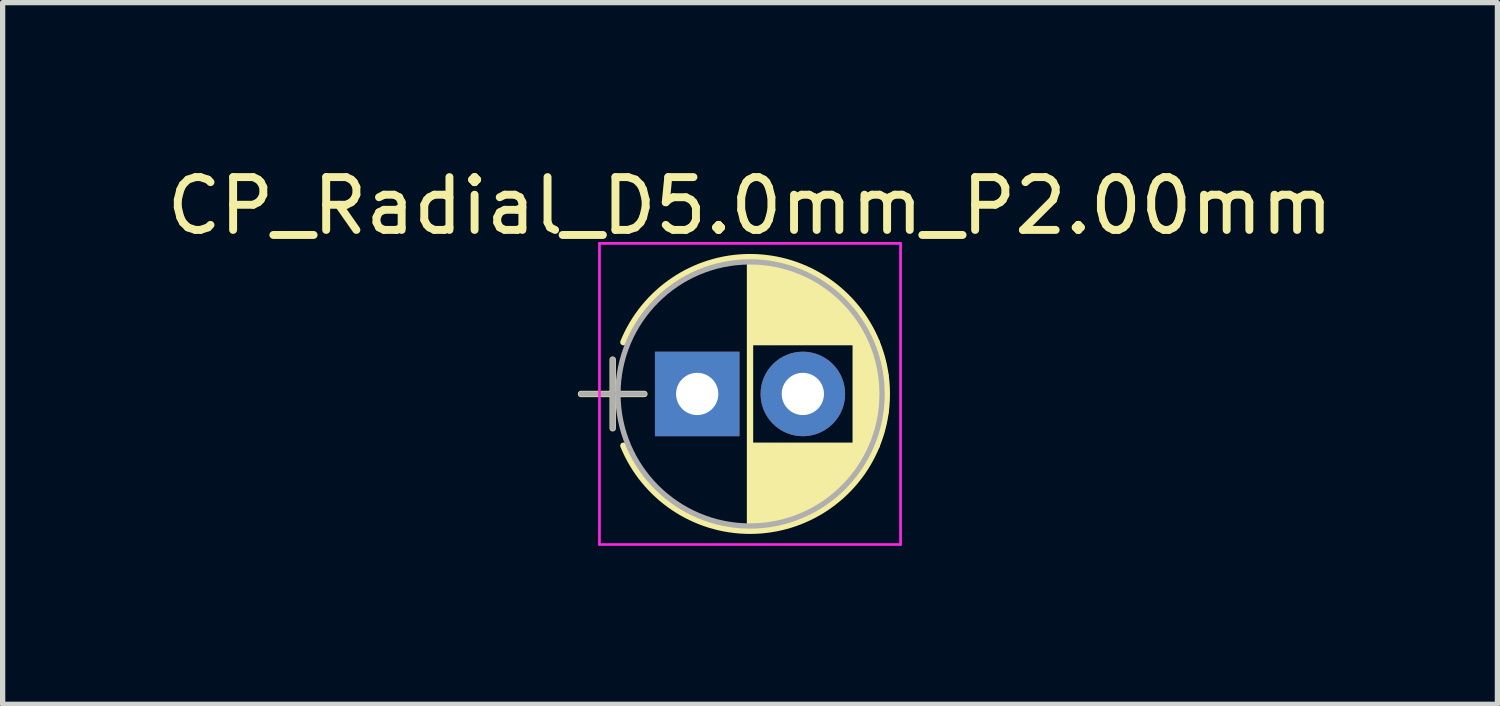
<source format=kicad_pcb>
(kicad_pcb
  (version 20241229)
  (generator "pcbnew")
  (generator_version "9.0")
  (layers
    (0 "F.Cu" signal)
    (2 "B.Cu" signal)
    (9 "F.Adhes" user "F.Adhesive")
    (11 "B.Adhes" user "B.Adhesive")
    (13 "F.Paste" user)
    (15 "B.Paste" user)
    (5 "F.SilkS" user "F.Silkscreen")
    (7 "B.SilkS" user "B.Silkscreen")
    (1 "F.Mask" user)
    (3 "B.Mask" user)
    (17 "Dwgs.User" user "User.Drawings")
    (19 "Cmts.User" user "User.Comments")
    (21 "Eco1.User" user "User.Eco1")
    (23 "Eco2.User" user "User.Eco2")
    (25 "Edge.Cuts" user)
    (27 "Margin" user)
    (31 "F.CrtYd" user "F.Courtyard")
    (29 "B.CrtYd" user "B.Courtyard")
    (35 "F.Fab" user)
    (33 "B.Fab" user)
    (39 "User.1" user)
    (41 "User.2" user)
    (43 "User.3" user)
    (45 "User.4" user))
  (footprint "CP_Radial_D5.0mm_P2.00mm"
    (layer "F.Cu")
    (at 10.149 4.408)
    (property "Reference" "CP_Radial_D5.0mm_P2.00mm" (at 1 -3.56 0) (layer "F.SilkS") (effects (font (size 1 1) (thickness 0.15))))
    (attr through_hole)
    (fp_line (start -2.2 0) (end -1 0) (stroke (width 0.12) (type solid)) (layer "F.SilkS"))
    (fp_line (start -1.6 -0.65) (end -1.6 0.65) (stroke (width 0.12) (type solid)) (layer "F.SilkS"))
    (fp_line (start 1 -2.55) (end 1 2.55) (stroke (width 0.12) (type solid)) (layer "F.SilkS"))
    (fp_line (start 1.04 -2.55) (end 1.04 -0.98) (stroke (width 0.12) (type solid)) (layer "F.SilkS"))
    (fp_line (start 1.04 0.98) (end 1.04 2.55) (stroke (width 0.12) (type solid)) (layer "F.SilkS"))
    (fp_line (start 1.08 -2.549) (end 1.08 -0.98) (stroke (width 0.12) (type solid)) (layer "F.SilkS"))
    (fp_line (start 1.08 0.98) (end 1.08 2.549) (stroke (width 0.12) (type solid)) (layer "F.SilkS"))
    (fp_line (start 1.12 -2.548) (end 1.12 -0.98) (stroke (width 0.12) (type solid)) (layer "F.SilkS"))
    (fp_line (start 1.12 0.98) (end 1.12 2.548) (stroke (width 0.12) (type solid)) (layer "F.SilkS"))
    (fp_line (start 1.16 -2.546) (end 1.16 -0.98) (stroke (width 0.12) (type solid)) (layer "F.SilkS"))
    (fp_line (start 1.16 0.98) (end 1.16 2.546) (stroke (width 0.12) (type solid)) (layer "F.SilkS"))
    (fp_line (start 1.2 -2.543) (end 1.2 -0.98) (stroke (width 0.12) (type solid)) (layer "F.SilkS"))
    (fp_line (start 1.2 0.98) (end 1.2 2.543) (stroke (width 0.12) (type solid)) (layer "F.SilkS"))
    (fp_line (start 1.24 -2.539) (end 1.24 -0.98) (stroke (width 0.12) (type solid)) (layer "F.SilkS"))
    (fp_line (start 1.24 0.98) (end 1.24 2.539) (stroke (width 0.12) (type solid)) (layer "F.SilkS"))
    (fp_line (start 1.28 -2.535) (end 1.28 -0.98) (stroke (width 0.12) (type solid)) (layer "F.SilkS"))
    (fp_line (start 1.28 0.98) (end 1.28 2.535) (stroke (width 0.12) (type solid)) (layer "F.SilkS"))
    (fp_line (start 1.32 -2.531) (end 1.32 -0.98) (stroke (width 0.12) (type solid)) (layer "F.SilkS"))
    (fp_line (start 1.32 0.98) (end 1.32 2.531) (stroke (width 0.12) (type solid)) (layer "F.SilkS"))
    (fp_line (start 1.36 -2.525) (end 1.36 -0.98) (stroke (width 0.12) (type solid)) (layer "F.SilkS"))
    (fp_line (start 1.36 0.98) (end 1.36 2.525) (stroke (width 0.12) (type solid)) (layer "F.SilkS"))
    (fp_line (start 1.4 -2.519) (end 1.4 -0.98) (stroke (width 0.12) (type solid)) (layer "F.SilkS"))
    (fp_line (start 1.4 0.98) (end 1.4 2.519) (stroke (width 0.12) (type solid)) (layer "F.SilkS"))
    (fp_line (start 1.44 -2.513) (end 1.44 -0.98) (stroke (width 0.12) (type solid)) (layer "F.SilkS"))
    (fp_line (start 1.44 0.98) (end 1.44 2.513) (stroke (width 0.12) (type solid)) (layer "F.SilkS"))
    (fp_line (start 1.48 -2.506) (end 1.48 -0.98) (stroke (width 0.12) (type solid)) (layer "F.SilkS"))
    (fp_line (start 1.48 0.98) (end 1.48 2.506) (stroke (width 0.12) (type solid)) (layer "F.SilkS"))
    (fp_line (start 1.52 -2.498) (end 1.52 -0.98) (stroke (width 0.12) (type solid)) (layer "F.SilkS"))
    (fp_line (start 1.52 0.98) (end 1.52 2.498) (stroke (width 0.12) (type solid)) (layer "F.SilkS"))
    (fp_line (start 1.56 -2.489) (end 1.56 -0.98) (stroke (width 0.12) (type solid)) (layer "F.SilkS"))
    (fp_line (start 1.56 0.98) (end 1.56 2.489) (stroke (width 0.12) (type solid)) (layer "F.SilkS"))
    (fp_line (start 1.6 -2.48) (end 1.6 -0.98) (stroke (width 0.12) (type solid)) (layer "F.SilkS"))
    (fp_line (start 1.6 0.98) (end 1.6 2.48) (stroke (width 0.12) (type solid)) (layer "F.SilkS"))
    (fp_line (start 1.64 -2.47) (end 1.64 -0.98) (stroke (width 0.12) (type solid)) (layer "F.SilkS"))
    (fp_line (start 1.64 0.98) (end 1.64 2.47) (stroke (width 0.12) (type solid)) (layer "F.SilkS"))
    (fp_line (start 1.68 -2.46) (end 1.68 -0.98) (stroke (width 0.12) (type solid)) (layer "F.SilkS"))
    (fp_line (start 1.68 0.98) (end 1.68 2.46) (stroke (width 0.12) (type solid)) (layer "F.SilkS"))
    (fp_line (start 1.721 -2.448) (end 1.721 -0.98) (stroke (width 0.12) (type solid)) (layer "F.SilkS"))
    (fp_line (start 1.721 0.98) (end 1.721 2.448) (stroke (width 0.12) (type solid)) (layer "F.SilkS"))
    (fp_line (start 1.761 -2.436) (end 1.761 -0.98) (stroke (width 0.12) (type solid)) (layer "F.SilkS"))
    (fp_line (start 1.761 0.98) (end 1.761 2.436) (stroke (width 0.12) (type solid)) (layer "F.SilkS"))
    (fp_line (start 1.801 -2.424) (end 1.801 -0.98) (stroke (width 0.12) (type solid)) (layer "F.SilkS"))
    (fp_line (start 1.801 0.98) (end 1.801 2.424) (stroke (width 0.12) (type solid)) (layer "F.SilkS"))
    (fp_line (start 1.841 -2.41) (end 1.841 -0.98) (stroke (width 0.12) (type solid)) (layer "F.SilkS"))
    (fp_line (start 1.841 0.98) (end 1.841 2.41) (stroke (width 0.12) (type solid)) (layer "F.SilkS"))
    (fp_line (start 1.881 -2.396) (end 1.881 -0.98) (stroke (width 0.12) (type solid)) (layer "F.SilkS"))
    (fp_line (start 1.881 0.98) (end 1.881 2.396) (stroke (width 0.12) (type solid)) (layer "F.SilkS"))
    (fp_line (start 1.921 -2.382) (end 1.921 -0.98) (stroke (width 0.12) (type solid)) (layer "F.SilkS"))
    (fp_line (start 1.921 0.98) (end 1.921 2.382) (stroke (width 0.12) (type solid)) (layer "F.SilkS"))
    (fp_line (start 1.961 -2.366) (end 1.961 -0.98) (stroke (width 0.12) (type solid)) (layer "F.SilkS"))
    (fp_line (start 1.961 0.98) (end 1.961 2.366) (stroke (width 0.12) (type solid)) (layer "F.SilkS"))
    (fp_line (start 2.001 -2.35) (end 2.001 -0.98) (stroke (width 0.12) (type solid)) (layer "F.SilkS"))
    (fp_line (start 2.001 0.98) (end 2.001 2.35) (stroke (width 0.12) (type solid)) (layer "F.SilkS"))
    (fp_line (start 2.041 -2.333) (end 2.041 -0.98) (stroke (width 0.12) (type solid)) (layer "F.SilkS"))
    (fp_line (start 2.041 0.98) (end 2.041 2.333) (stroke (width 0.12) (type solid)) (layer "F.SilkS"))
    (fp_line (start 2.081 -2.315) (end 2.081 -0.98) (stroke (width 0.12) (type solid)) (layer "F.SilkS"))
    (fp_line (start 2.081 0.98) (end 2.081 2.315) (stroke (width 0.12) (type solid)) (layer "F.SilkS"))
    (fp_line (start 2.121 -2.296) (end 2.121 -0.98) (stroke (width 0.12) (type solid)) (layer "F.SilkS"))
    (fp_line (start 2.121 0.98) (end 2.121 2.296) (stroke (width 0.12) (type solid)) (layer "F.SilkS"))
    (fp_line (start 2.161 -2.276) (end 2.161 -0.98) (stroke (width 0.12) (type solid)) (layer "F.SilkS"))
    (fp_line (start 2.161 0.98) (end 2.161 2.276) (stroke (width 0.12) (type solid)) (layer "F.SilkS"))
    (fp_line (start 2.201 -2.256) (end 2.201 -0.98) (stroke (width 0.12) (type solid)) (layer "F.SilkS"))
    (fp_line (start 2.201 0.98) (end 2.201 2.256) (stroke (width 0.12) (type solid)) (layer "F.SilkS"))
    (fp_line (start 2.241 -2.234) (end 2.241 -0.98) (stroke (width 0.12) (type solid)) (layer "F.SilkS"))
    (fp_line (start 2.241 0.98) (end 2.241 2.234) (stroke (width 0.12) (type solid)) (layer "F.SilkS"))
    (fp_line (start 2.281 -2.212) (end 2.281 -0.98) (stroke (width 0.12) (type solid)) (layer "F.SilkS"))
    (fp_line (start 2.281 0.98) (end 2.281 2.212) (stroke (width 0.12) (type solid)) (layer "F.SilkS"))
    (fp_line (start 2.321 -2.189) (end 2.321 -0.98) (stroke (width 0.12) (type solid)) (layer "F.SilkS"))
    (fp_line (start 2.321 0.98) (end 2.321 2.189) (stroke (width 0.12) (type solid)) (layer "F.SilkS"))
    (fp_line (start 2.361 -2.165) (end 2.361 -0.98) (stroke (width 0.12) (type solid)) (layer "F.SilkS"))
    (fp_line (start 2.361 0.98) (end 2.361 2.165) (stroke (width 0.12) (type solid)) (layer "F.SilkS"))
    (fp_line (start 2.401 -2.14) (end 2.401 -0.98) (stroke (width 0.12) (type solid)) (layer "F.SilkS"))
    (fp_line (start 2.401 0.98) (end 2.401 2.14) (stroke (width 0.12) (type solid)) (layer "F.SilkS"))
    (fp_line (start 2.441 -2.113) (end 2.441 -0.98) (stroke (width 0.12) (type solid)) (layer "F.SilkS"))
    (fp_line (start 2.441 0.98) (end 2.441 2.113) (stroke (width 0.12) (type solid)) (layer "F.SilkS"))
    (fp_line (start 2.481 -2.086) (end 2.481 -0.98) (stroke (width 0.12) (type solid)) (layer "F.SilkS"))
    (fp_line (start 2.481 0.98) (end 2.481 2.086) (stroke (width 0.12) (type solid)) (layer "F.SilkS"))
    (fp_line (start 2.521 -2.058) (end 2.521 -0.98) (stroke (width 0.12) (type solid)) (layer "F.SilkS"))
    (fp_line (start 2.521 0.98) (end 2.521 2.058) (stroke (width 0.12) (type solid)) (layer "F.SilkS"))
    (fp_line (start 2.561 -2.028) (end 2.561 -0.98) (stroke (width 0.12) (type solid)) (layer "F.SilkS"))
    (fp_line (start 2.561 0.98) (end 2.561 2.028) (stroke (width 0.12) (type solid)) (layer "F.SilkS"))
    (fp_line (start 2.601 -1.997) (end 2.601 -0.98) (stroke (width 0.12) (type solid)) (layer "F.SilkS"))
    (fp_line (start 2.601 0.98) (end 2.601 1.997) (stroke (width 0.12) (type solid)) (layer "F.SilkS"))
    (fp_line (start 2.641 -1.965) (end 2.641 -0.98) (stroke (width 0.12) (type solid)) (layer "F.SilkS"))
    (fp_line (start 2.641 0.98) (end 2.641 1.965) (stroke (width 0.12) (type solid)) (layer "F.SilkS"))
    (fp_line (start 2.681 -1.932) (end 2.681 -0.98) (stroke (width 0.12) (type solid)) (layer "F.SilkS"))
    (fp_line (start 2.681 0.98) (end 2.681 1.932) (stroke (width 0.12) (type solid)) (layer "F.SilkS"))
    (fp_line (start 2.721 -1.897) (end 2.721 -0.98) (stroke (width 0.12) (type solid)) (layer "F.SilkS"))
    (fp_line (start 2.721 0.98) (end 2.721 1.897) (stroke (width 0.12) (type solid)) (layer "F.SilkS"))
    (fp_line (start 2.761 -1.861) (end 2.761 -0.98) (stroke (width 0.12) (type solid)) (layer "F.SilkS"))
    (fp_line (start 2.761 0.98) (end 2.761 1.861) (stroke (width 0.12) (type solid)) (layer "F.SilkS"))
    (fp_line (start 2.801 -1.823) (end 2.801 -0.98) (stroke (width 0.12) (type solid)) (layer "F.SilkS"))
    (fp_line (start 2.801 0.98) (end 2.801 1.823) (stroke (width 0.12) (type solid)) (layer "F.SilkS"))
    (fp_line (start 2.841 -1.783) (end 2.841 -0.98) (stroke (width 0.12) (type solid)) (layer "F.SilkS"))
    (fp_line (start 2.841 0.98) (end 2.841 1.783) (stroke (width 0.12) (type solid)) (layer "F.SilkS"))
    (fp_line (start 2.881 -1.742) (end 2.881 -0.98) (stroke (width 0.12) (type solid)) (layer "F.SilkS"))
    (fp_line (start 2.881 0.98) (end 2.881 1.742) (stroke (width 0.12) (type solid)) (layer "F.SilkS"))
    (fp_line (start 2.921 -1.699) (end 2.921 -0.98) (stroke (width 0.12) (type solid)) (layer "F.SilkS"))
    (fp_line (start 2.921 0.98) (end 2.921 1.699) (stroke (width 0.12) (type solid)) (layer "F.SilkS"))
    (fp_line (start 2.961 -1.654) (end 2.961 -0.98) (stroke (width 0.12) (type solid)) (layer "F.SilkS"))
    (fp_line (start 2.961 0.98) (end 2.961 1.654) (stroke (width 0.12) (type solid)) (layer "F.SilkS"))
    (fp_line (start 3.001 -1.606) (end 3.001 1.606) (stroke (width 0.12) (type solid)) (layer "F.SilkS"))
    (fp_line (start 3.041 -1.556) (end 3.041 1.556) (stroke (width 0.12) (type solid)) (layer "F.SilkS"))
    (fp_line (start 3.081 -1.504) (end 3.081 1.504) (stroke (width 0.12) (type solid)) (layer "F.SilkS"))
    (fp_line (start 3.121 -1.448) (end 3.121 1.448) (stroke (width 0.12) (type solid)) (layer "F.SilkS"))
    (fp_line (start 3.161 -1.39) (end 3.161 1.39) (stroke (width 0.12) (type solid)) (layer "F.SilkS"))
    (fp_line (start 3.201 -1.327) (end 3.201 1.327) (stroke (width 0.12) (type solid)) (layer "F.SilkS"))
    (fp_line (start 3.241 -1.261) (end 3.241 1.261) (stroke (width 0.12) (type solid)) (layer "F.SilkS"))
    (fp_line (start 3.281 -1.189) (end 3.281 1.189) (stroke (width 0.12) (type solid)) (layer "F.SilkS"))
    (fp_line (start 3.321 -1.112) (end 3.321 1.112) (stroke (width 0.12) (type solid)) (layer "F.SilkS"))
    (fp_line (start 3.361 -1.028) (end 3.361 1.028) (stroke (width 0.12) (type solid)) (layer "F.SilkS"))
    (fp_line (start 3.401 -0.934) (end 3.401 0.934) (stroke (width 0.12) (type solid)) (layer "F.SilkS"))
    (fp_line (start 3.441 -0.829) (end 3.441 0.829) (stroke (width 0.12) (type solid)) (layer "F.SilkS"))
    (fp_line (start 3.481 -0.707) (end 3.481 0.707) (stroke (width 0.12) (type solid)) (layer "F.SilkS"))
    (fp_line (start 3.521 -0.559) (end 3.521 0.559) (stroke (width 0.12) (type solid)) (layer "F.SilkS"))
    (fp_line (start 3.561 -0.354) (end 3.561 0.354) (stroke (width 0.12) (type solid)) (layer "F.SilkS"))
    (fp_arc (start -1.397436 -0.98) (mid 0.999244 -2.59) (end 3.396863 -0.9814) (stroke (width 0.12) (type solid)) (layer "F.SilkS"))
    (fp_arc (start 3.396863 0.9814) (mid 0.999244 2.59) (end -1.397436 0.98) (stroke (width 0.12) (type solid)) (layer "F.SilkS"))
    (fp_arc (start 3.397436 -0.98) (mid 3.59 0.000756) (end 3.396863 0.9814) (stroke (width 0.12) (type solid)) (layer "F.SilkS"))
    (fp_line (start -1.85 -2.85) (end -1.85 2.85) (stroke (width 0.05) (type solid)) (layer "F.CrtYd"))
    (fp_line (start -1.85 2.85) (end 3.85 2.85) (stroke (width 0.05) (type solid)) (layer "F.CrtYd"))
    (fp_line (start 3.85 -2.85) (end -1.85 -2.85) (stroke (width 0.05) (type solid)) (layer "F.CrtYd"))
    (fp_line (start 3.85 2.85) (end 3.85 -2.85) (stroke (width 0.05) (type solid)) (layer "F.CrtYd"))
    (fp_line (start -2.2 0) (end -1 0) (stroke (width 0.1) (type solid)) (layer "F.Fab"))
    (fp_line (start -1.6 -0.65) (end -1.6 0.65) (stroke (width 0.1) (type solid)) (layer "F.Fab"))
    (fp_circle (center 1 0) (end 3.5 0) (stroke (width 0.1) (type solid)) (fill no) (layer "F.Fab"))
    (pad "1" thru_hole rect (at 0 0) (size 1.6 1.6) (drill 0.8) (layers "*.Cu" "*.Mask"))
    (pad "2" thru_hole circle (at 2 0) (size 1.6 1.6) (drill 0.8) (layers "*.Cu" "*.Mask")))
  (gr_rect
    (start -3 -3)
    (end 25.298 10.283)
    (stroke (width 0.1) (type default))
    (fill no)
    (layer "Edge.Cuts")))
</source>
